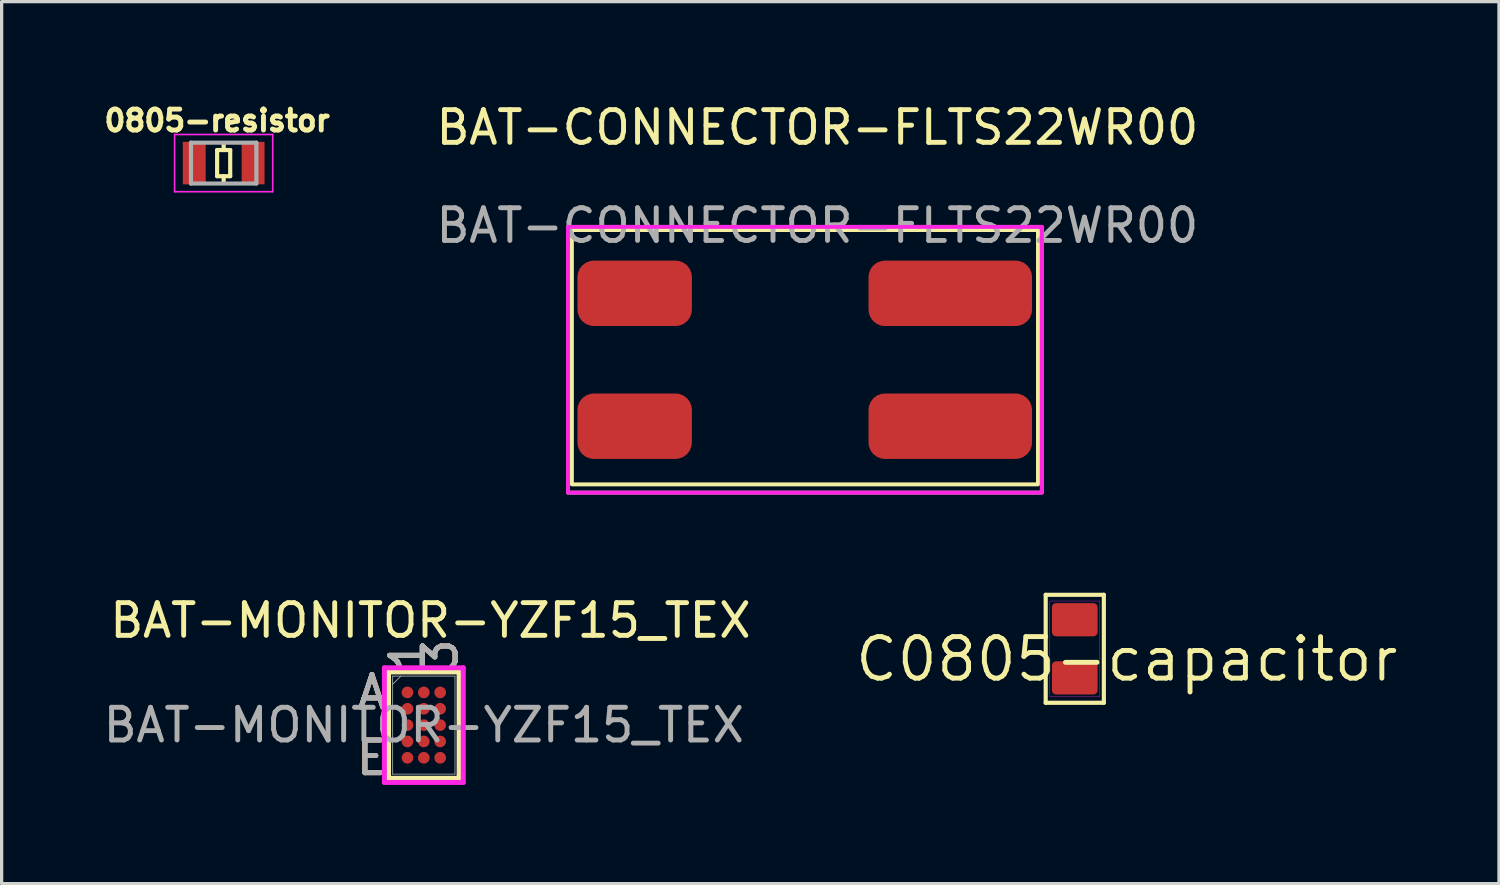
<source format=kicad_pcb>
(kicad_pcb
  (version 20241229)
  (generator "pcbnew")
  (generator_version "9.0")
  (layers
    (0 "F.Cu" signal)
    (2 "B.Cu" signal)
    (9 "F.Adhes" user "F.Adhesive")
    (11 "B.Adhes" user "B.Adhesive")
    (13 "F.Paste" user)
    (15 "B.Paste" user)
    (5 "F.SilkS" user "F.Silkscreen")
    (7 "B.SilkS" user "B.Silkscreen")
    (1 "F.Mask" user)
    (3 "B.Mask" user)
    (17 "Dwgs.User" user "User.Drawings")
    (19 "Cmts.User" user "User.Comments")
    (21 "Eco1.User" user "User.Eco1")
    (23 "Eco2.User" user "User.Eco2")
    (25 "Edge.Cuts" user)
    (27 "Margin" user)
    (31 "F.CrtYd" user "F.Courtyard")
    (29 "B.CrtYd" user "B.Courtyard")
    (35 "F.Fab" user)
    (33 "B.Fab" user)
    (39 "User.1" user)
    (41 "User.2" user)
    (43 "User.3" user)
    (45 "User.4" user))
  (footprint "BAT-CONNECTOR-FLTS22WR00"
    (layer "F.Cu")
    (at 21.947 1.348)
    (property "Reference" "BAT-CONNECTOR-FLTS22WR00" (at 0 -0.5 0) (unlocked yes) (layer "F.SilkS") (effects (font (size 1 1) (thickness 0.15))))
    (attr smd)
    (fp_rect (start -7.508 2.636) (end 6.746 10.414) (stroke (width 0.12) (type solid)) (fill no) (layer "F.SilkS"))
    (fp_rect (start -7.628 2.54) (end 6.865 10.668) (stroke (width 0.12) (type solid)) (fill no) (layer "F.CrtYd"))
    (fp_rect (start -7.628 2.54) (end 6.865 10.668) (stroke (width 0.12) (type solid)) (fill no) (layer "F.Fab"))
    (fp_text user "${REFERENCE}" (at 0 2.5 0) (unlocked yes) (layer "F.Fab") (effects (font (size 1 1) (thickness 0.15))))
    (pad "1" smd roundrect (at -5.588 4.572) (size 3.5 2) (layers "F.Cu" "F.Mask" "F.Paste") (roundrect_rratio 0.25))
    (pad "2" smd roundrect (at -5.588 8.636) (size 3.5 2) (layers "F.Cu" "F.Mask" "F.Paste") (roundrect_rratio 0.25))
    (pad "3" smd roundrect (at 4.064 4.572) (size 5 2) (layers "F.Cu" "F.Mask" "F.Paste") (roundrect_rratio 0.25))
    (pad "4" smd roundrect (at 4.064 8.636) (size 5 2) (layers "F.Cu" "F.Mask" "F.Paste") (roundrect_rratio 0.25)))
  (footprint "C0805-capacitor"
    (layer "F.Cu")
    (at 29.818 16.791)
    (property "Reference" "C0805-capacitor" (at 1.59 0.318 180) (layer "F.SilkS") (effects (font (size 1.27 1.27) (thickness 0.15))))
    (attr smd)
    (fp_line (start -0.889 -1.651) (end 0.889 -1.651) (stroke (width 0.127) (type solid)) (layer "F.SilkS"))
    (fp_line (start -0.889 1.651) (end -0.889 -1.651) (stroke (width 0.127) (type solid)) (layer "F.SilkS"))
    (fp_line (start 0.889 -1.651) (end 0.889 1.651) (stroke (width 0.127) (type solid)) (layer "F.SilkS"))
    (fp_line (start 0.889 1.651) (end -0.889 1.651) (stroke (width 0.127) (type solid)) (layer "F.SilkS"))
    (fp_poly (pts (xy 0.762 -1.461) (xy 0.762 1.461) (xy -0.762 1.461) (xy -0.762 -1.461)) (stroke (width 0.01) (type solid)) (fill no) (layer "F.CrtYd"))
    (pad "1" smd roundrect (at 0 -0.889) (size 1.397 1.016) (layers "F.Cu" "F.Mask" "F.Paste") (roundrect_rratio 0.125))
    (pad "2" smd roundrect (at 0 0.889) (size 1.397 1.016) (layers "F.Cu" "F.Mask" "F.Paste") (roundrect_rratio 0.125)))
  (footprint "0805-resistor"
    (layer "F.Cu")
    (at 3.79 1.938)
    (property "Reference" "0805-resistor" (at -0.2 -1.3 0) (layer "F.SilkS") (effects (font (size 0.64 0.64) (thickness 0.15))))
    (attr smd)
    (fp_line (start -0.2 -0.4) (end 0.2 -0.4) (stroke (width 0.127) (type solid)) (layer "F.SilkS"))
    (fp_line (start -0.2 0.4) (end -0.2 -0.4) (stroke (width 0.127) (type solid)) (layer "F.SilkS"))
    (fp_line (start -0.2 0.4) (end 0.2 0.4) (stroke (width 0.127) (type solid)) (layer "F.SilkS"))
    (fp_line (start 0 -0.4) (end 0 -0.6) (stroke (width 0.127) (type solid)) (layer "F.SilkS"))
    (fp_line (start 0 0.6) (end 0 0.4) (stroke (width 0.127) (type solid)) (layer "F.SilkS"))
    (fp_line (start 0.2 0.4) (end 0.2 -0.4) (stroke (width 0.127) (type solid)) (layer "F.SilkS"))
    (fp_line (start -1.5 -0.875) (end -1.5 0.875) (stroke (width 0.05) (type solid)) (layer "F.CrtYd"))
    (fp_line (start -1.5 0.875) (end 1.5 0.875) (stroke (width 0.05) (type solid)) (layer "F.CrtYd"))
    (fp_line (start 1.5 -0.875) (end -1.5 -0.875) (stroke (width 0.05) (type solid)) (layer "F.CrtYd"))
    (fp_line (start 1.5 0.875) (end 1.5 -0.875) (stroke (width 0.05) (type solid)) (layer "F.CrtYd"))
    (fp_line (start -1 -0.625) (end -1 0.625) (stroke (width 0.127) (type solid)) (layer "F.Fab"))
    (fp_line (start -1 -0.625) (end 1 -0.625) (stroke (width 0.127) (type solid)) (layer "F.Fab"))
    (fp_line (start -1 0.625) (end 1 0.625) (stroke (width 0.127) (type solid)) (layer "F.Fab"))
    (fp_line (start 1 -0.625) (end 1 0.625) (stroke (width 0.127) (type solid)) (layer "F.Fab"))
    (pad "1" smd rect (at -0.9 0) (size 0.7 1.3) (layers "F.Cu" "F.Mask" "F.Paste"))
    (pad "2" smd rect (at 0.9 0) (size 0.7 1.3) (layers "F.Cu" "F.Mask" "F.Paste")))
  (footprint "BAT-MONITOR-YZF15_TEX"
    (layer "F.Cu")
    (at 9.911 19.125)
    (property "Reference" "BAT-MONITOR-YZF15_TEX" (at 0.203 -3.2 0) (unlocked yes) (layer "F.SilkS") (effects (font (size 1 1) (thickness 0.15))))
    (attr smd)
    (fp_line (start -1.079 -1.626) (end -1.079 1.626) (stroke (width 0.152) (type solid)) (layer "F.SilkS"))
    (fp_line (start -1.079 1.626) (end 1.079 1.626) (stroke (width 0.152) (type solid)) (layer "F.SilkS"))
    (fp_line (start 1.079 -1.626) (end -1.079 -1.626) (stroke (width 0.152) (type solid)) (layer "F.SilkS"))
    (fp_line (start 1.079 1.626) (end 1.079 -1.626) (stroke (width 0.152) (type solid)) (layer "F.SilkS"))
    (fp_poly (pts (xy -1.194 -1.694) (xy 1.194 -1.694) (xy 1.194 1.694) (xy -1.194 1.694)) (stroke (width 0.1) (type solid)) (fill no) (layer "Eco2.User"))
    (fp_line (start -1.206 -1.753) (end 1.206 -1.753) (stroke (width 0.152) (type solid)) (layer "F.CrtYd"))
    (fp_line (start -1.206 1.753) (end -1.206 -1.753) (stroke (width 0.152) (type solid)) (layer "F.CrtYd"))
    (fp_line (start 1.206 -1.753) (end 1.206 1.753) (stroke (width 0.152) (type solid)) (layer "F.CrtYd"))
    (fp_line (start 1.206 1.753) (end -1.206 1.753) (stroke (width 0.152) (type solid)) (layer "F.CrtYd"))
    (fp_line (start -0.953 -1.499) (end -0.953 1.499) (stroke (width 0.025) (type solid)) (layer "F.Fab"))
    (fp_line (start -0.953 1.499) (end 0.953 1.499) (stroke (width 0.025) (type solid)) (layer "F.Fab"))
    (fp_line (start -0.703 -1.499) (end -0.953 -1.249) (stroke (width 0.025) (type solid)) (layer "F.Fab"))
    (fp_line (start 0.953 -1.499) (end -0.953 -1.499) (stroke (width 0.025) (type solid)) (layer "F.Fab"))
    (fp_line (start 0.953 1.499) (end 0.953 -1.499) (stroke (width 0.025) (type solid)) (layer "F.Fab"))
    (fp_text user "3" (at 0.5 -2.134 90) (unlocked yes) (layer "F.SilkS") (effects (font (size 1 1) (thickness 0.15))))
    (fp_text user "A" (at -1.587 -1 0) (unlocked yes) (layer "F.SilkS") (effects (font (size 1 1) (thickness 0.15))))
    (fp_text user "1" (at -0.5 -2.134 90) (unlocked yes) (layer "F.SilkS") (effects (font (size 1 1) (thickness 0.15))))
    (fp_text user "E" (at -1.587 1 0) (unlocked yes) (layer "F.SilkS") (effects (font (size 1 1) (thickness 0.15))))
    (fp_text user "A" (at -1.587 -1 0) (unlocked yes) (layer "B.SilkS") (effects (font (size 1 1) (thickness 0.15))))
    (fp_text user "E" (at -1.587 1 0) (unlocked yes) (layer "B.SilkS") (effects (font (size 1 1) (thickness 0.15))))
    (fp_text user "1" (at -0.5 -2.134 90) (unlocked yes) (layer "B.SilkS") (effects (font (size 1 1) (thickness 0.15))))
    (fp_text user "3" (at 0.5 -2.134 90) (unlocked yes) (layer "B.SilkS") (effects (font (size 1 1) (thickness 0.15))))
    (fp_text user "1" (at -0.5 -2.134 90) (unlocked yes) (layer "F.Fab") (effects (font (size 1 1) (thickness 0.15))))
    (fp_text user "3" (at 0.5 -2.134 90) (unlocked yes) (layer "F.Fab") (effects (font (size 1 1) (thickness 0.15))))
    (fp_text user "A" (at -1.587 -1 0) (unlocked yes) (layer "F.Fab") (effects (font (size 1 1) (thickness 0.15))))
    (fp_text user "${REFERENCE}" (at 0 0 0) (unlocked yes) (layer "F.Fab") (effects (font (size 1 1) (thickness 0.15))))
    (fp_text user "E" (at -1.587 1 0) (unlocked yes) (layer "F.Fab") (effects (font (size 1 1) (thickness 0.15))))
    (pad "A1" smd circle (at -0.5 -1) (size 0.356 0.356) (layers "F.Cu" "F.Mask" "F.Paste"))
    (pad "A2" smd circle (at 0 -1) (size 0.356 0.356) (layers "F.Cu" "F.Mask" "F.Paste"))
    (pad "A3" smd circle (at 0.5 -1) (size 0.356 0.356) (layers "F.Cu" "F.Mask" "F.Paste"))
    (pad "B1" smd circle (at -0.5 -0.5) (size 0.356 0.356) (layers "F.Cu" "F.Mask" "F.Paste"))
    (pad "B2" smd circle (at 0 -0.5) (size 0.356 0.356) (layers "F.Cu" "F.Mask" "F.Paste"))
    (pad "B3" smd circle (at 0.5 -0.5) (size 0.356 0.356) (layers "F.Cu" "F.Mask" "F.Paste"))
    (pad "C1" smd circle (at -0.5 0) (size 0.356 0.356) (layers "F.Cu" "F.Mask" "F.Paste"))
    (pad "C2" smd circle (at 0 0) (size 0.356 0.356) (layers "F.Cu" "F.Mask" "F.Paste"))
    (pad "C3" smd circle (at 0.5 0) (size 0.356 0.356) (layers "F.Cu" "F.Mask" "F.Paste"))
    (pad "D1" smd circle (at -0.5 0.5) (size 0.356 0.356) (layers "F.Cu" "F.Mask" "F.Paste"))
    (pad "D2" smd circle (at 0 0.5) (size 0.356 0.356) (layers "F.Cu" "F.Mask" "F.Paste"))
    (pad "D3" smd circle (at 0.5 0.5) (size 0.356 0.356) (layers "F.Cu" "F.Mask" "F.Paste"))
    (pad "E1" smd circle (at -0.5 1) (size 0.356 0.356) (layers "F.Cu" "F.Mask" "F.Paste"))
    (pad "E2" smd circle (at 0 1) (size 0.356 0.356) (layers "F.Cu" "F.Mask" "F.Paste"))
    (pad "E3" smd circle (at 0.5 1) (size 0.356 0.356) (layers "F.Cu" "F.Mask" "F.Paste")))
  (gr_rect
    (start -3 -3)
    (end 42.791 23.973)
    (stroke (width 0.1) (type default))
    (fill no)
    (layer "Edge.Cuts")))
</source>
